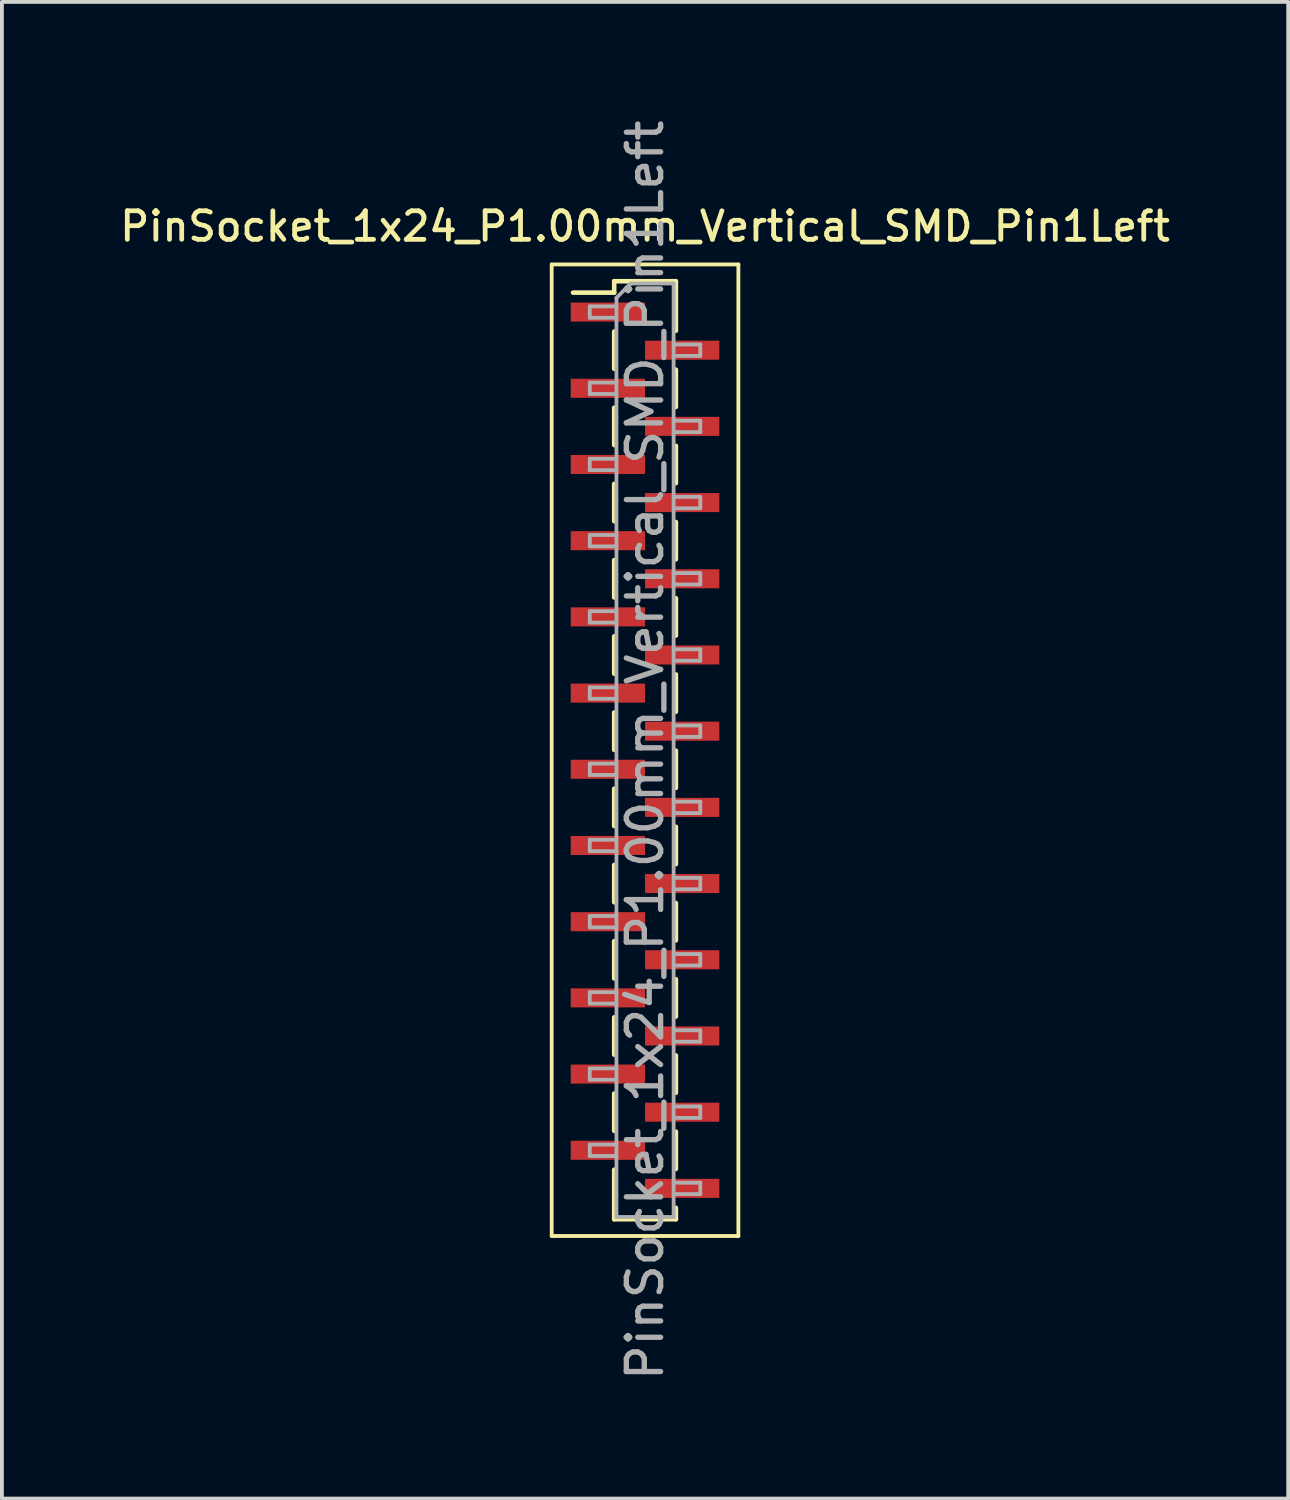
<source format=kicad_pcb>
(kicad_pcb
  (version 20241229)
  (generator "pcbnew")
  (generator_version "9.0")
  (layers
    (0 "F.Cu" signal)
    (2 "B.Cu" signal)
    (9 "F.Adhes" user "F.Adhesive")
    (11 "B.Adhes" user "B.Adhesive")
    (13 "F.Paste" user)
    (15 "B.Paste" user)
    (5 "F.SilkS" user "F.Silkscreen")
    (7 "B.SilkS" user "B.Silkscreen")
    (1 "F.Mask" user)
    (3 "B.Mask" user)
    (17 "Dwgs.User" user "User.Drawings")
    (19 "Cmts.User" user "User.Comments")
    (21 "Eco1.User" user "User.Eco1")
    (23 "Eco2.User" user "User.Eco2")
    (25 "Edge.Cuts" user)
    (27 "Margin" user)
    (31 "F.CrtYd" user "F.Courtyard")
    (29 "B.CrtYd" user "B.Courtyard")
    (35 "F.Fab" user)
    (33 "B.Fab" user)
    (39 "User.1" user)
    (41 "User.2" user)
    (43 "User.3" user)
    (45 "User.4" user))
  (footprint "PinSocket_1x24_P1.00mm_Vertical_SMD_Pin1Left"
    (layer "F.Cu")
    (at 13.88 16.641)
    (property "Reference" "PinSocket_1x24_P1.00mm_Vertical_SMD_Pin1Left" (at 0 -13.75 0) (layer "F.SilkS") (effects (font (size 0.75 0.75) (thickness 0.125))))
    (attr smd)
    (fp_line (start -2.45 -12.75) (end 2.45 -12.75) (stroke (width 0.1) (type solid)) (layer "F.SilkS"))
    (fp_line (start -2.45 12.75) (end -2.45 -12.75) (stroke (width 0.1) (type solid)) (layer "F.SilkS"))
    (fp_line (start -1.89 -12.01) (end -0.81 -12.01) (stroke (width 0.12) (type solid)) (layer "F.SilkS"))
    (fp_line (start -0.81 -12.31) (end -0.81 -12.01) (stroke (width 0.12) (type solid)) (layer "F.SilkS"))
    (fp_line (start -0.81 -12.31) (end 0.81 -12.31) (stroke (width 0.12) (type solid)) (layer "F.SilkS"))
    (fp_line (start -0.81 -10.99) (end -0.81 -10.01) (stroke (width 0.12) (type solid)) (layer "F.SilkS"))
    (fp_line (start -0.81 -8.99) (end -0.81 -8.01) (stroke (width 0.12) (type solid)) (layer "F.SilkS"))
    (fp_line (start -0.81 -6.99) (end -0.81 -6.01) (stroke (width 0.12) (type solid)) (layer "F.SilkS"))
    (fp_line (start -0.81 -4.99) (end -0.81 -4.01) (stroke (width 0.12) (type solid)) (layer "F.SilkS"))
    (fp_line (start -0.81 -2.99) (end -0.81 -2.01) (stroke (width 0.12) (type solid)) (layer "F.SilkS"))
    (fp_line (start -0.81 -0.99) (end -0.81 -0.01) (stroke (width 0.12) (type solid)) (layer "F.SilkS"))
    (fp_line (start -0.81 1.01) (end -0.81 1.99) (stroke (width 0.12) (type solid)) (layer "F.SilkS"))
    (fp_line (start -0.81 3.01) (end -0.81 3.99) (stroke (width 0.12) (type solid)) (layer "F.SilkS"))
    (fp_line (start -0.81 5.01) (end -0.81 5.99) (stroke (width 0.12) (type solid)) (layer "F.SilkS"))
    (fp_line (start -0.81 7.01) (end -0.81 7.99) (stroke (width 0.12) (type solid)) (layer "F.SilkS"))
    (fp_line (start -0.81 9.01) (end -0.81 9.99) (stroke (width 0.12) (type solid)) (layer "F.SilkS"))
    (fp_line (start -0.81 11.01) (end -0.81 12.31) (stroke (width 0.12) (type solid)) (layer "F.SilkS"))
    (fp_line (start -0.81 12.31) (end 0.81 12.31) (stroke (width 0.12) (type solid)) (layer "F.SilkS"))
    (fp_line (start 0.81 -12.31) (end 0.81 -11.01) (stroke (width 0.12) (type solid)) (layer "F.SilkS"))
    (fp_line (start 0.81 -9.99) (end 0.81 -9.01) (stroke (width 0.12) (type solid)) (layer "F.SilkS"))
    (fp_line (start 0.81 -7.99) (end 0.81 -7.01) (stroke (width 0.12) (type solid)) (layer "F.SilkS"))
    (fp_line (start 0.81 -5.99) (end 0.81 -5.01) (stroke (width 0.12) (type solid)) (layer "F.SilkS"))
    (fp_line (start 0.81 -3.99) (end 0.81 -3.01) (stroke (width 0.12) (type solid)) (layer "F.SilkS"))
    (fp_line (start 0.81 -1.99) (end 0.81 -1.01) (stroke (width 0.12) (type solid)) (layer "F.SilkS"))
    (fp_line (start 0.81 0.01) (end 0.81 0.99) (stroke (width 0.12) (type solid)) (layer "F.SilkS"))
    (fp_line (start 0.81 2.01) (end 0.81 2.99) (stroke (width 0.12) (type solid)) (layer "F.SilkS"))
    (fp_line (start 0.81 4.01) (end 0.81 4.99) (stroke (width 0.12) (type solid)) (layer "F.SilkS"))
    (fp_line (start 0.81 6.01) (end 0.81 6.99) (stroke (width 0.12) (type solid)) (layer "F.SilkS"))
    (fp_line (start 0.81 8.01) (end 0.81 8.99) (stroke (width 0.12) (type solid)) (layer "F.SilkS"))
    (fp_line (start 0.81 10.01) (end 0.81 10.99) (stroke (width 0.12) (type solid)) (layer "F.SilkS"))
    (fp_line (start 0.81 12.01) (end 0.81 12.31) (stroke (width 0.12) (type solid)) (layer "F.SilkS"))
    (fp_line (start 2.45 -12.75) (end 2.45 12.75) (stroke (width 0.1) (type solid)) (layer "F.SilkS"))
    (fp_line (start 2.45 12.75) (end -2.45 12.75) (stroke (width 0.1) (type solid)) (layer "F.SilkS"))
    (fp_line (start -1.45 -11.65) (end -0.75 -11.65) (stroke (width 0.1) (type solid)) (layer "F.Fab"))
    (fp_line (start -1.45 -11.35) (end -1.45 -11.65) (stroke (width 0.1) (type solid)) (layer "F.Fab"))
    (fp_line (start -1.45 -9.65) (end -0.75 -9.65) (stroke (width 0.1) (type solid)) (layer "F.Fab"))
    (fp_line (start -1.45 -9.35) (end -1.45 -9.65) (stroke (width 0.1) (type solid)) (layer "F.Fab"))
    (fp_line (start -1.45 -7.65) (end -0.75 -7.65) (stroke (width 0.1) (type solid)) (layer "F.Fab"))
    (fp_line (start -1.45 -7.35) (end -1.45 -7.65) (stroke (width 0.1) (type solid)) (layer "F.Fab"))
    (fp_line (start -1.45 -5.65) (end -0.75 -5.65) (stroke (width 0.1) (type solid)) (layer "F.Fab"))
    (fp_line (start -1.45 -5.35) (end -1.45 -5.65) (stroke (width 0.1) (type solid)) (layer "F.Fab"))
    (fp_line (start -1.45 -3.65) (end -0.75 -3.65) (stroke (width 0.1) (type solid)) (layer "F.Fab"))
    (fp_line (start -1.45 -3.35) (end -1.45 -3.65) (stroke (width 0.1) (type solid)) (layer "F.Fab"))
    (fp_line (start -1.45 -1.65) (end -0.75 -1.65) (stroke (width 0.1) (type solid)) (layer "F.Fab"))
    (fp_line (start -1.45 -1.35) (end -1.45 -1.65) (stroke (width 0.1) (type solid)) (layer "F.Fab"))
    (fp_line (start -1.45 0.35) (end -0.75 0.35) (stroke (width 0.1) (type solid)) (layer "F.Fab"))
    (fp_line (start -1.45 0.65) (end -1.45 0.35) (stroke (width 0.1) (type solid)) (layer "F.Fab"))
    (fp_line (start -1.45 2.35) (end -0.75 2.35) (stroke (width 0.1) (type solid)) (layer "F.Fab"))
    (fp_line (start -1.45 2.65) (end -1.45 2.35) (stroke (width 0.1) (type solid)) (layer "F.Fab"))
    (fp_line (start -1.45 4.35) (end -0.75 4.35) (stroke (width 0.1) (type solid)) (layer "F.Fab"))
    (fp_line (start -1.45 4.65) (end -1.45 4.35) (stroke (width 0.1) (type solid)) (layer "F.Fab"))
    (fp_line (start -1.45 6.35) (end -0.75 6.35) (stroke (width 0.1) (type solid)) (layer "F.Fab"))
    (fp_line (start -1.45 6.65) (end -1.45 6.35) (stroke (width 0.1) (type solid)) (layer "F.Fab"))
    (fp_line (start -1.45 8.35) (end -0.75 8.35) (stroke (width 0.1) (type solid)) (layer "F.Fab"))
    (fp_line (start -1.45 8.65) (end -1.45 8.35) (stroke (width 0.1) (type solid)) (layer "F.Fab"))
    (fp_line (start -1.45 10.35) (end -0.75 10.35) (stroke (width 0.1) (type solid)) (layer "F.Fab"))
    (fp_line (start -1.45 10.65) (end -1.45 10.35) (stroke (width 0.1) (type solid)) (layer "F.Fab"))
    (fp_line (start -0.75 -11.875) (end -0.375 -12.25) (stroke (width 0.1) (type solid)) (layer "F.Fab"))
    (fp_line (start -0.75 -11.35) (end -1.45 -11.35) (stroke (width 0.1) (type solid)) (layer "F.Fab"))
    (fp_line (start -0.75 -9.35) (end -1.45 -9.35) (stroke (width 0.1) (type solid)) (layer "F.Fab"))
    (fp_line (start -0.75 -7.35) (end -1.45 -7.35) (stroke (width 0.1) (type solid)) (layer "F.Fab"))
    (fp_line (start -0.75 -5.35) (end -1.45 -5.35) (stroke (width 0.1) (type solid)) (layer "F.Fab"))
    (fp_line (start -0.75 -3.35) (end -1.45 -3.35) (stroke (width 0.1) (type solid)) (layer "F.Fab"))
    (fp_line (start -0.75 -1.35) (end -1.45 -1.35) (stroke (width 0.1) (type solid)) (layer "F.Fab"))
    (fp_line (start -0.75 0.65) (end -1.45 0.65) (stroke (width 0.1) (type solid)) (layer "F.Fab"))
    (fp_line (start -0.75 2.65) (end -1.45 2.65) (stroke (width 0.1) (type solid)) (layer "F.Fab"))
    (fp_line (start -0.75 4.65) (end -1.45 4.65) (stroke (width 0.1) (type solid)) (layer "F.Fab"))
    (fp_line (start -0.75 6.65) (end -1.45 6.65) (stroke (width 0.1) (type solid)) (layer "F.Fab"))
    (fp_line (start -0.75 8.65) (end -1.45 8.65) (stroke (width 0.1) (type solid)) (layer "F.Fab"))
    (fp_line (start -0.75 10.65) (end -1.45 10.65) (stroke (width 0.1) (type solid)) (layer "F.Fab"))
    (fp_line (start -0.75 12.25) (end -0.75 -11.875) (stroke (width 0.1) (type solid)) (layer "F.Fab"))
    (fp_line (start -0.375 -12.25) (end 0.75 -12.25) (stroke (width 0.1) (type solid)) (layer "F.Fab"))
    (fp_line (start 0.75 -12.25) (end 0.75 12.25) (stroke (width 0.1) (type solid)) (layer "F.Fab"))
    (fp_line (start 0.75 -10.65) (end 1.45 -10.65) (stroke (width 0.1) (type solid)) (layer "F.Fab"))
    (fp_line (start 0.75 -8.65) (end 1.45 -8.65) (stroke (width 0.1) (type solid)) (layer "F.Fab"))
    (fp_line (start 0.75 -6.65) (end 1.45 -6.65) (stroke (width 0.1) (type solid)) (layer "F.Fab"))
    (fp_line (start 0.75 -4.65) (end 1.45 -4.65) (stroke (width 0.1) (type solid)) (layer "F.Fab"))
    (fp_line (start 0.75 -2.65) (end 1.45 -2.65) (stroke (width 0.1) (type solid)) (layer "F.Fab"))
    (fp_line (start 0.75 -0.65) (end 1.45 -0.65) (stroke (width 0.1) (type solid)) (layer "F.Fab"))
    (fp_line (start 0.75 1.35) (end 1.45 1.35) (stroke (width 0.1) (type solid)) (layer "F.Fab"))
    (fp_line (start 0.75 3.35) (end 1.45 3.35) (stroke (width 0.1) (type solid)) (layer "F.Fab"))
    (fp_line (start 0.75 5.35) (end 1.45 5.35) (stroke (width 0.1) (type solid)) (layer "F.Fab"))
    (fp_line (start 0.75 7.35) (end 1.45 7.35) (stroke (width 0.1) (type solid)) (layer "F.Fab"))
    (fp_line (start 0.75 9.35) (end 1.45 9.35) (stroke (width 0.1) (type solid)) (layer "F.Fab"))
    (fp_line (start 0.75 11.35) (end 1.45 11.35) (stroke (width 0.1) (type solid)) (layer "F.Fab"))
    (fp_line (start 0.75 12.25) (end -0.75 12.25) (stroke (width 0.1) (type solid)) (layer "F.Fab"))
    (fp_line (start 1.45 -10.65) (end 1.45 -10.35) (stroke (width 0.1) (type solid)) (layer "F.Fab"))
    (fp_line (start 1.45 -10.35) (end 0.75 -10.35) (stroke (width 0.1) (type solid)) (layer "F.Fab"))
    (fp_line (start 1.45 -8.65) (end 1.45 -8.35) (stroke (width 0.1) (type solid)) (layer "F.Fab"))
    (fp_line (start 1.45 -8.35) (end 0.75 -8.35) (stroke (width 0.1) (type solid)) (layer "F.Fab"))
    (fp_line (start 1.45 -6.65) (end 1.45 -6.35) (stroke (width 0.1) (type solid)) (layer "F.Fab"))
    (fp_line (start 1.45 -6.35) (end 0.75 -6.35) (stroke (width 0.1) (type solid)) (layer "F.Fab"))
    (fp_line (start 1.45 -4.65) (end 1.45 -4.35) (stroke (width 0.1) (type solid)) (layer "F.Fab"))
    (fp_line (start 1.45 -4.35) (end 0.75 -4.35) (stroke (width 0.1) (type solid)) (layer "F.Fab"))
    (fp_line (start 1.45 -2.65) (end 1.45 -2.35) (stroke (width 0.1) (type solid)) (layer "F.Fab"))
    (fp_line (start 1.45 -2.35) (end 0.75 -2.35) (stroke (width 0.1) (type solid)) (layer "F.Fab"))
    (fp_line (start 1.45 -0.65) (end 1.45 -0.35) (stroke (width 0.1) (type solid)) (layer "F.Fab"))
    (fp_line (start 1.45 -0.35) (end 0.75 -0.35) (stroke (width 0.1) (type solid)) (layer "F.Fab"))
    (fp_line (start 1.45 1.35) (end 1.45 1.65) (stroke (width 0.1) (type solid)) (layer "F.Fab"))
    (fp_line (start 1.45 1.65) (end 0.75 1.65) (stroke (width 0.1) (type solid)) (layer "F.Fab"))
    (fp_line (start 1.45 3.35) (end 1.45 3.65) (stroke (width 0.1) (type solid)) (layer "F.Fab"))
    (fp_line (start 1.45 3.65) (end 0.75 3.65) (stroke (width 0.1) (type solid)) (layer "F.Fab"))
    (fp_line (start 1.45 5.35) (end 1.45 5.65) (stroke (width 0.1) (type solid)) (layer "F.Fab"))
    (fp_line (start 1.45 5.65) (end 0.75 5.65) (stroke (width 0.1) (type solid)) (layer "F.Fab"))
    (fp_line (start 1.45 7.35) (end 1.45 7.65) (stroke (width 0.1) (type solid)) (layer "F.Fab"))
    (fp_line (start 1.45 7.65) (end 0.75 7.65) (stroke (width 0.1) (type solid)) (layer "F.Fab"))
    (fp_line (start 1.45 9.35) (end 1.45 9.65) (stroke (width 0.1) (type solid)) (layer "F.Fab"))
    (fp_line (start 1.45 9.65) (end 0.75 9.65) (stroke (width 0.1) (type solid)) (layer "F.Fab"))
    (fp_line (start 1.45 11.35) (end 1.45 11.65) (stroke (width 0.1) (type solid)) (layer "F.Fab"))
    (fp_line (start 1.45 11.65) (end 0.75 11.65) (stroke (width 0.1) (type solid)) (layer "F.Fab"))
    (fp_text user "${REFERENCE}" (at 0 0 90) (layer "F.Fab") (effects (font (size 0.9 0.9) (thickness 0.14))))
    (pad "1" smd rect (at -0.975 -11.5) (size 1.95 0.5) (layers "F.Cu" "F.Mask" "F.Paste"))
    (pad "2" smd rect (at 0.975 -10.5) (size 1.95 0.5) (layers "F.Cu" "F.Mask" "F.Paste"))
    (pad "3" smd rect (at -0.975 -9.5) (size 1.95 0.5) (layers "F.Cu" "F.Mask" "F.Paste"))
    (pad "4" smd rect (at 0.975 -8.5) (size 1.95 0.5) (layers "F.Cu" "F.Mask" "F.Paste"))
    (pad "5" smd rect (at -0.975 -7.5) (size 1.95 0.5) (layers "F.Cu" "F.Mask" "F.Paste"))
    (pad "6" smd rect (at 0.975 -6.5) (size 1.95 0.5) (layers "F.Cu" "F.Mask" "F.Paste"))
    (pad "7" smd rect (at -0.975 -5.5) (size 1.95 0.5) (layers "F.Cu" "F.Mask" "F.Paste"))
    (pad "8" smd rect (at 0.975 -4.5) (size 1.95 0.5) (layers "F.Cu" "F.Mask" "F.Paste"))
    (pad "9" smd rect (at -0.975 -3.5) (size 1.95 0.5) (layers "F.Cu" "F.Mask" "F.Paste"))
    (pad "10" smd rect (at 0.975 -2.5) (size 1.95 0.5) (layers "F.Cu" "F.Mask" "F.Paste"))
    (pad "11" smd rect (at -0.975 -1.5) (size 1.95 0.5) (layers "F.Cu" "F.Mask" "F.Paste"))
    (pad "12" smd rect (at 0.975 -0.5) (size 1.95 0.5) (layers "F.Cu" "F.Mask" "F.Paste"))
    (pad "13" smd rect (at -0.975 0.5) (size 1.95 0.5) (layers "F.Cu" "F.Mask" "F.Paste"))
    (pad "14" smd rect (at 0.975 1.5) (size 1.95 0.5) (layers "F.Cu" "F.Mask" "F.Paste"))
    (pad "15" smd rect (at -0.975 2.5) (size 1.95 0.5) (layers "F.Cu" "F.Mask" "F.Paste"))
    (pad "16" smd rect (at 0.975 3.5) (size 1.95 0.5) (layers "F.Cu" "F.Mask" "F.Paste"))
    (pad "17" smd rect (at -0.975 4.5) (size 1.95 0.5) (layers "F.Cu" "F.Mask" "F.Paste"))
    (pad "18" smd rect (at 0.975 5.5) (size 1.95 0.5) (layers "F.Cu" "F.Mask" "F.Paste"))
    (pad "19" smd rect (at -0.975 6.5) (size 1.95 0.5) (layers "F.Cu" "F.Mask" "F.Paste"))
    (pad "20" smd rect (at 0.975 7.5) (size 1.95 0.5) (layers "F.Cu" "F.Mask" "F.Paste"))
    (pad "21" smd rect (at -0.975 8.5) (size 1.95 0.5) (layers "F.Cu" "F.Mask" "F.Paste"))
    (pad "22" smd rect (at 0.975 9.5) (size 1.95 0.5) (layers "F.Cu" "F.Mask" "F.Paste"))
    (pad "23" smd rect (at -0.975 10.5) (size 1.95 0.5) (layers "F.Cu" "F.Mask" "F.Paste"))
    (pad "24" smd rect (at 0.975 11.5) (size 1.95 0.5) (layers "F.Cu" "F.Mask" "F.Paste")))
  (gr_rect
    (start -3 -3)
    (end 30.761 36.283)
    (stroke (width 0.1) (type default))
    (fill no)
    (layer "Edge.Cuts")))
</source>
